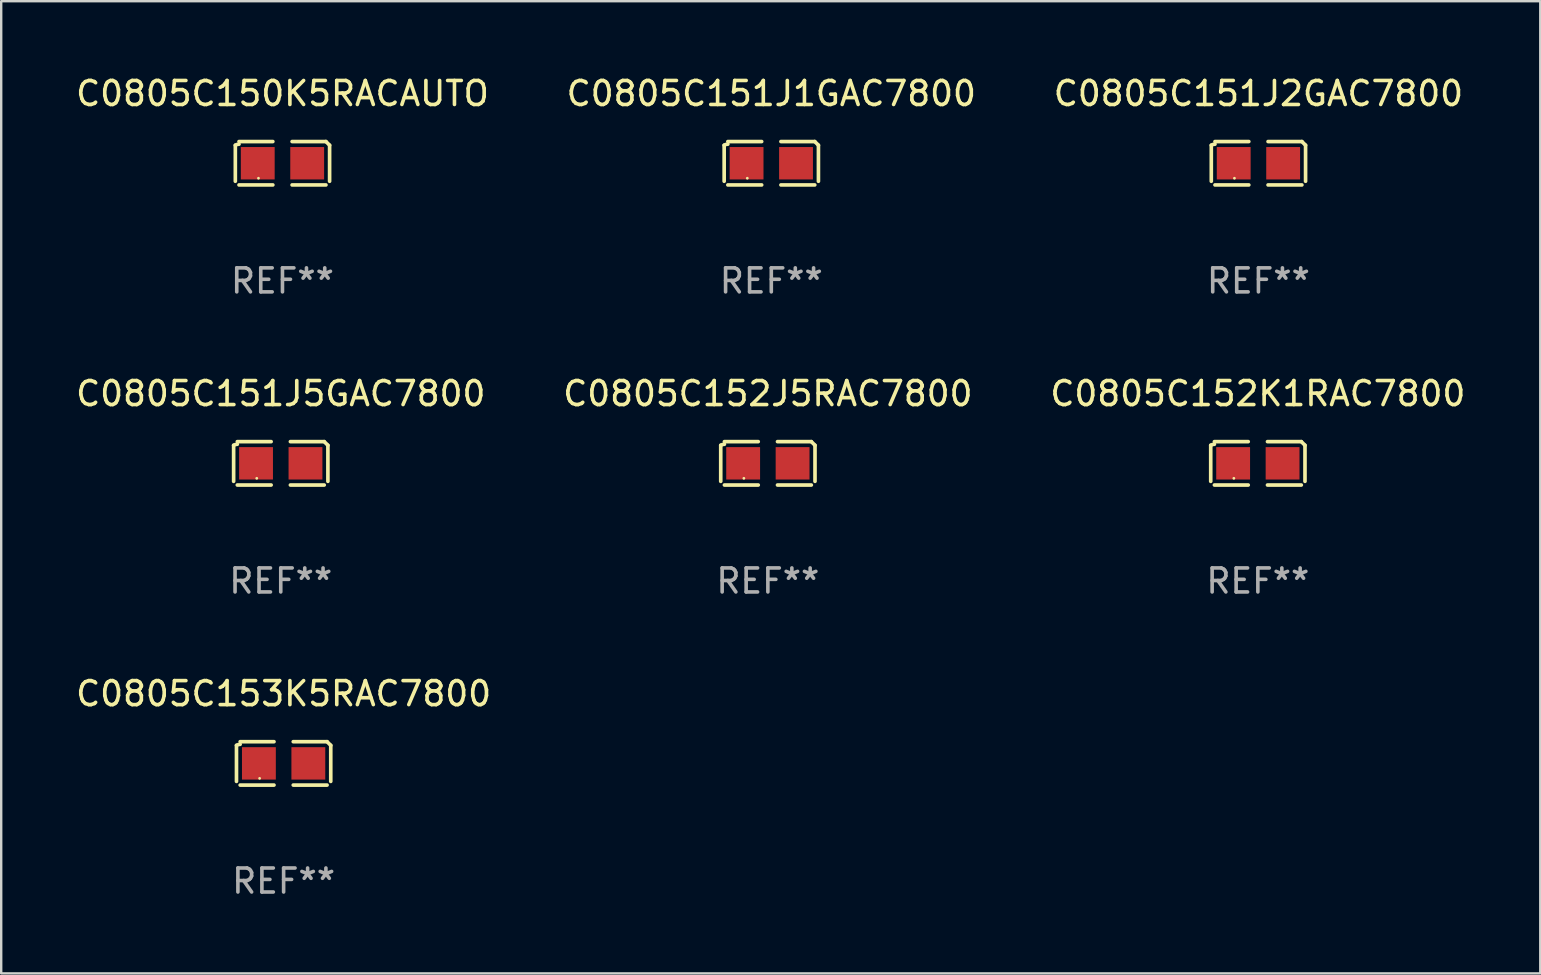
<source format=kicad_pcb>
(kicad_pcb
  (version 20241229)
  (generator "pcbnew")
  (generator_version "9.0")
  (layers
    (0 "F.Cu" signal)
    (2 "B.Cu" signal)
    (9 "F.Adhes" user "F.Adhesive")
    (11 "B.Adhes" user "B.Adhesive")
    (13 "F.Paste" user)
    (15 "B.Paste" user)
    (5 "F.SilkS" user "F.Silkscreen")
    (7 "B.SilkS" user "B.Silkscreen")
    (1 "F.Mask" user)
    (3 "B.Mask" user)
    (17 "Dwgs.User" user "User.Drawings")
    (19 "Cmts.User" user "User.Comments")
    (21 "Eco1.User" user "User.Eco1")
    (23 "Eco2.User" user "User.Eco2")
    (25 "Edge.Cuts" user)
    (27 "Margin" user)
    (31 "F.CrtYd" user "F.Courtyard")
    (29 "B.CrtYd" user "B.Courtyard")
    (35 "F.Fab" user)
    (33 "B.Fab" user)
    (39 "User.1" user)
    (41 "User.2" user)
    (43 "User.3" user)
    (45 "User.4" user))
  (footprint "C0805C152J5RAC7800"
    (layer "F.Cu")
    (at 28.946 16.256)
    (property "Reference" "C0805C152J5RAC7800" (at 0 -2.904 0) (layer "F.SilkS") (effects (font (size 1 1) (thickness 0.15))))
    (attr through_hole)
    (fp_line (start -1.964 0.751) (end -1.964 -0.751) (stroke (width 0.152) (type solid)) (layer "F.SilkS"))
    (fp_line (start -1.811 -0.904) (end -0.401 -0.904) (stroke (width 0.152) (type solid)) (layer "F.SilkS"))
    (fp_line (start -0.401 0.904) (end -1.811 0.904) (stroke (width 0.152) (type solid)) (layer "F.SilkS"))
    (fp_line (start 0.401 0.904) (end 1.811 0.904) (stroke (width 0.152) (type solid)) (layer "F.SilkS"))
    (fp_line (start 1.811 -0.904) (end 0.401 -0.904) (stroke (width 0.152) (type solid)) (layer "F.SilkS"))
    (fp_line (start 1.964 0.751) (end 1.964 -0.751) (stroke (width 0.152) (type solid)) (layer "F.SilkS"))
    (fp_arc (start -1.963602 -0.751207) (mid -1.890354 -0.783131) (end -1.811201 -0.794044) (stroke (width 0.1524) (type solid)) (layer "F.SilkS"))
    (fp_arc (start 1.811202 -0.903607) (mid 1.887413 -0.827418) (end 1.963602 -0.751207) (stroke (width 0.1524) (type solid)) (layer "F.SilkS"))
    (fp_circle (center -1 0.625) (end -0.97 0.625) (stroke (width 0.06) (type solid)) (fill no) (layer "F.SilkS"))
    (fp_text user "REF**" (at 0 4.904 0) (layer "F.Fab") (effects (font (size 1 1) (thickness 0.15))))
    (pad "1" smd rect (at -1.03 0) (size 1.41 1.35) (layers "F.Cu" "F.Mask" "F.Paste"))
    (pad "2" smd rect (at 1.03 0) (size 1.41 1.35) (layers "F.Cu" "F.Mask" "F.Paste")))
  (footprint "C0805C151J2GAC7800"
    (layer "F.Cu")
    (at 49.387 3.752)
    (property "Reference" "C0805C151J2GAC7800" (at 0 -2.904 0) (layer "F.SilkS") (effects (font (size 1 1) (thickness 0.15))))
    (attr through_hole)
    (fp_line (start -1.964 0.751) (end -1.964 -0.751) (stroke (width 0.152) (type solid)) (layer "F.SilkS"))
    (fp_line (start -1.811 -0.904) (end -0.401 -0.904) (stroke (width 0.152) (type solid)) (layer "F.SilkS"))
    (fp_line (start -0.401 0.904) (end -1.811 0.904) (stroke (width 0.152) (type solid)) (layer "F.SilkS"))
    (fp_line (start 0.401 0.904) (end 1.811 0.904) (stroke (width 0.152) (type solid)) (layer "F.SilkS"))
    (fp_line (start 1.811 -0.904) (end 0.401 -0.904) (stroke (width 0.152) (type solid)) (layer "F.SilkS"))
    (fp_line (start 1.964 0.751) (end 1.964 -0.751) (stroke (width 0.152) (type solid)) (layer "F.SilkS"))
    (fp_arc (start -1.963602 -0.751207) (mid -1.890354 -0.783131) (end -1.811201 -0.794044) (stroke (width 0.1524) (type solid)) (layer "F.SilkS"))
    (fp_arc (start 1.811202 -0.903607) (mid 1.887413 -0.827418) (end 1.963602 -0.751207) (stroke (width 0.1524) (type solid)) (layer "F.SilkS"))
    (fp_circle (center -1 0.625) (end -0.97 0.625) (stroke (width 0.06) (type solid)) (fill no) (layer "F.SilkS"))
    (fp_text user "REF**" (at 0 4.904 0) (layer "F.Fab") (effects (font (size 1 1) (thickness 0.15))))
    (pad "1" smd rect (at -1.03 0) (size 1.41 1.35) (layers "F.Cu" "F.Mask" "F.Paste"))
    (pad "2" smd rect (at 1.03 0) (size 1.41 1.35) (layers "F.Cu" "F.Mask" "F.Paste")))
  (footprint "C0805C151J1GAC7800"
    (layer "F.Cu")
    (at 29.089 3.752)
    (property "Reference" "C0805C151J1GAC7800" (at 0 -2.904 0) (layer "F.SilkS") (effects (font (size 1 1) (thickness 0.15))))
    (attr through_hole)
    (fp_line (start -1.964 0.751) (end -1.964 -0.751) (stroke (width 0.152) (type solid)) (layer "F.SilkS"))
    (fp_line (start -1.811 -0.904) (end -0.401 -0.904) (stroke (width 0.152) (type solid)) (layer "F.SilkS"))
    (fp_line (start -0.401 0.904) (end -1.811 0.904) (stroke (width 0.152) (type solid)) (layer "F.SilkS"))
    (fp_line (start 0.401 0.904) (end 1.811 0.904) (stroke (width 0.152) (type solid)) (layer "F.SilkS"))
    (fp_line (start 1.811 -0.904) (end 0.401 -0.904) (stroke (width 0.152) (type solid)) (layer "F.SilkS"))
    (fp_line (start 1.964 0.751) (end 1.964 -0.751) (stroke (width 0.152) (type solid)) (layer "F.SilkS"))
    (fp_arc (start -1.963602 -0.751207) (mid -1.890354 -0.783131) (end -1.811201 -0.794044) (stroke (width 0.1524) (type solid)) (layer "F.SilkS"))
    (fp_arc (start 1.811202 -0.903607) (mid 1.887413 -0.827418) (end 1.963602 -0.751207) (stroke (width 0.1524) (type solid)) (layer "F.SilkS"))
    (fp_circle (center -1 0.625) (end -0.97 0.625) (stroke (width 0.06) (type solid)) (fill no) (layer "F.SilkS"))
    (fp_text user "REF**" (at 0 4.904 0) (layer "F.Fab") (effects (font (size 1 1) (thickness 0.15))))
    (pad "1" smd rect (at -1.03 0) (size 1.41 1.35) (layers "F.Cu" "F.Mask" "F.Paste"))
    (pad "2" smd rect (at 1.03 0) (size 1.41 1.35) (layers "F.Cu" "F.Mask" "F.Paste")))
  (footprint "C0805C152K1RAC7800"
    (layer "F.Cu")
    (at 49.363 16.256)
    (property "Reference" "C0805C152K1RAC7800" (at 0 -2.904 0) (layer "F.SilkS") (effects (font (size 1 1) (thickness 0.15))))
    (attr through_hole)
    (fp_line (start -1.964 0.751) (end -1.964 -0.751) (stroke (width 0.152) (type solid)) (layer "F.SilkS"))
    (fp_line (start -1.811 -0.904) (end -0.401 -0.904) (stroke (width 0.152) (type solid)) (layer "F.SilkS"))
    (fp_line (start -0.401 0.904) (end -1.811 0.904) (stroke (width 0.152) (type solid)) (layer "F.SilkS"))
    (fp_line (start 0.401 0.904) (end 1.811 0.904) (stroke (width 0.152) (type solid)) (layer "F.SilkS"))
    (fp_line (start 1.811 -0.904) (end 0.401 -0.904) (stroke (width 0.152) (type solid)) (layer "F.SilkS"))
    (fp_line (start 1.964 0.751) (end 1.964 -0.751) (stroke (width 0.152) (type solid)) (layer "F.SilkS"))
    (fp_arc (start -1.963602 -0.751207) (mid -1.890354 -0.783131) (end -1.811201 -0.794044) (stroke (width 0.1524) (type solid)) (layer "F.SilkS"))
    (fp_arc (start 1.811202 -0.903607) (mid 1.887413 -0.827418) (end 1.963602 -0.751207) (stroke (width 0.1524) (type solid)) (layer "F.SilkS"))
    (fp_circle (center -1 0.625) (end -0.97 0.625) (stroke (width 0.06) (type solid)) (fill no) (layer "F.SilkS"))
    (fp_text user "REF**" (at 0 4.904 0) (layer "F.Fab") (effects (font (size 1 1) (thickness 0.15))))
    (pad "1" smd rect (at -1.03 0) (size 1.41 1.35) (layers "F.Cu" "F.Mask" "F.Paste"))
    (pad "2" smd rect (at 1.03 0) (size 1.41 1.35) (layers "F.Cu" "F.Mask" "F.Paste")))
  (footprint "C0805C150K5RACAUTO"
    (layer "F.Cu")
    (at 8.72 3.752)
    (property "Reference" "C0805C150K5RACAUTO" (at 0 -2.904 0) (layer "F.SilkS") (effects (font (size 1 1) (thickness 0.15))))
    (attr through_hole)
    (fp_line (start -1.964 0.751) (end -1.964 -0.751) (stroke (width 0.152) (type solid)) (layer "F.SilkS"))
    (fp_line (start -1.811 -0.904) (end -0.401 -0.904) (stroke (width 0.152) (type solid)) (layer "F.SilkS"))
    (fp_line (start -0.401 0.904) (end -1.811 0.904) (stroke (width 0.152) (type solid)) (layer "F.SilkS"))
    (fp_line (start 0.401 0.904) (end 1.811 0.904) (stroke (width 0.152) (type solid)) (layer "F.SilkS"))
    (fp_line (start 1.811 -0.904) (end 0.401 -0.904) (stroke (width 0.152) (type solid)) (layer "F.SilkS"))
    (fp_line (start 1.964 0.751) (end 1.964 -0.751) (stroke (width 0.152) (type solid)) (layer "F.SilkS"))
    (fp_arc (start -1.963602 -0.751207) (mid -1.890354 -0.783131) (end -1.811201 -0.794044) (stroke (width 0.1524) (type solid)) (layer "F.SilkS"))
    (fp_arc (start 1.811202 -0.903607) (mid 1.887413 -0.827418) (end 1.963602 -0.751207) (stroke (width 0.1524) (type solid)) (layer "F.SilkS"))
    (fp_circle (center -1 0.625) (end -0.97 0.625) (stroke (width 0.06) (type solid)) (fill no) (layer "F.SilkS"))
    (fp_text user "REF**" (at 0 4.904 0) (layer "F.Fab") (effects (font (size 1 1) (thickness 0.15))))
    (pad "1" smd rect (at -1.03 0) (size 1.41 1.35) (layers "F.Cu" "F.Mask" "F.Paste"))
    (pad "2" smd rect (at 1.03 0) (size 1.41 1.35) (layers "F.Cu" "F.Mask" "F.Paste")))
  (footprint "C0805C153K5RAC7800"
    (layer "F.Cu")
    (at 8.768 28.759)
    (property "Reference" "C0805C153K5RAC7800" (at 0 -2.904 0) (layer "F.SilkS") (effects (font (size 1 1) (thickness 0.15))))
    (attr through_hole)
    (fp_line (start -1.964 0.751) (end -1.964 -0.751) (stroke (width 0.152) (type solid)) (layer "F.SilkS"))
    (fp_line (start -1.811 -0.904) (end -0.401 -0.904) (stroke (width 0.152) (type solid)) (layer "F.SilkS"))
    (fp_line (start -0.401 0.904) (end -1.811 0.904) (stroke (width 0.152) (type solid)) (layer "F.SilkS"))
    (fp_line (start 0.401 0.904) (end 1.811 0.904) (stroke (width 0.152) (type solid)) (layer "F.SilkS"))
    (fp_line (start 1.811 -0.904) (end 0.401 -0.904) (stroke (width 0.152) (type solid)) (layer "F.SilkS"))
    (fp_line (start 1.964 0.751) (end 1.964 -0.751) (stroke (width 0.152) (type solid)) (layer "F.SilkS"))
    (fp_arc (start -1.963602 -0.751207) (mid -1.890354 -0.783131) (end -1.811201 -0.794044) (stroke (width 0.1524) (type solid)) (layer "F.SilkS"))
    (fp_arc (start 1.811202 -0.903607) (mid 1.887413 -0.827418) (end 1.963602 -0.751207) (stroke (width 0.1524) (type solid)) (layer "F.SilkS"))
    (fp_circle (center -1 0.625) (end -0.97 0.625) (stroke (width 0.06) (type solid)) (fill no) (layer "F.SilkS"))
    (fp_text user "REF**" (at 0 4.904 0) (layer "F.Fab") (effects (font (size 1 1) (thickness 0.15))))
    (pad "1" smd rect (at -1.03 0) (size 1.41 1.35) (layers "F.Cu" "F.Mask" "F.Paste"))
    (pad "2" smd rect (at 1.03 0) (size 1.41 1.35) (layers "F.Cu" "F.Mask" "F.Paste")))
  (footprint "C0805C151J5GAC7800"
    (layer "F.Cu")
    (at 8.649 16.256)
    (property "Reference" "C0805C151J5GAC7800" (at 0 -2.904 0) (layer "F.SilkS") (effects (font (size 1 1) (thickness 0.15))))
    (attr through_hole)
    (fp_line (start -1.964 0.751) (end -1.964 -0.751) (stroke (width 0.152) (type solid)) (layer "F.SilkS"))
    (fp_line (start -1.811 -0.904) (end -0.401 -0.904) (stroke (width 0.152) (type solid)) (layer "F.SilkS"))
    (fp_line (start -0.401 0.904) (end -1.811 0.904) (stroke (width 0.152) (type solid)) (layer "F.SilkS"))
    (fp_line (start 0.401 0.904) (end 1.811 0.904) (stroke (width 0.152) (type solid)) (layer "F.SilkS"))
    (fp_line (start 1.811 -0.904) (end 0.401 -0.904) (stroke (width 0.152) (type solid)) (layer "F.SilkS"))
    (fp_line (start 1.964 0.751) (end 1.964 -0.751) (stroke (width 0.152) (type solid)) (layer "F.SilkS"))
    (fp_arc (start -1.963602 -0.751207) (mid -1.890354 -0.783131) (end -1.811201 -0.794044) (stroke (width 0.1524) (type solid)) (layer "F.SilkS"))
    (fp_arc (start 1.811202 -0.903607) (mid 1.887413 -0.827418) (end 1.963602 -0.751207) (stroke (width 0.1524) (type solid)) (layer "F.SilkS"))
    (fp_circle (center -1 0.625) (end -0.97 0.625) (stroke (width 0.06) (type solid)) (fill no) (layer "F.SilkS"))
    (fp_text user "REF**" (at 0 4.904 0) (layer "F.Fab") (effects (font (size 1 1) (thickness 0.15))))
    (pad "1" smd rect (at -1.03 0) (size 1.41 1.35) (layers "F.Cu" "F.Mask" "F.Paste"))
    (pad "2" smd rect (at 1.03 0) (size 1.41 1.35) (layers "F.Cu" "F.Mask" "F.Paste")))
  (gr_rect
    (start -3 -3)
    (end 61.131 37.511)
    (stroke (width 0.1) (type default))
    (fill no)
    (layer "Edge.Cuts")))
</source>
